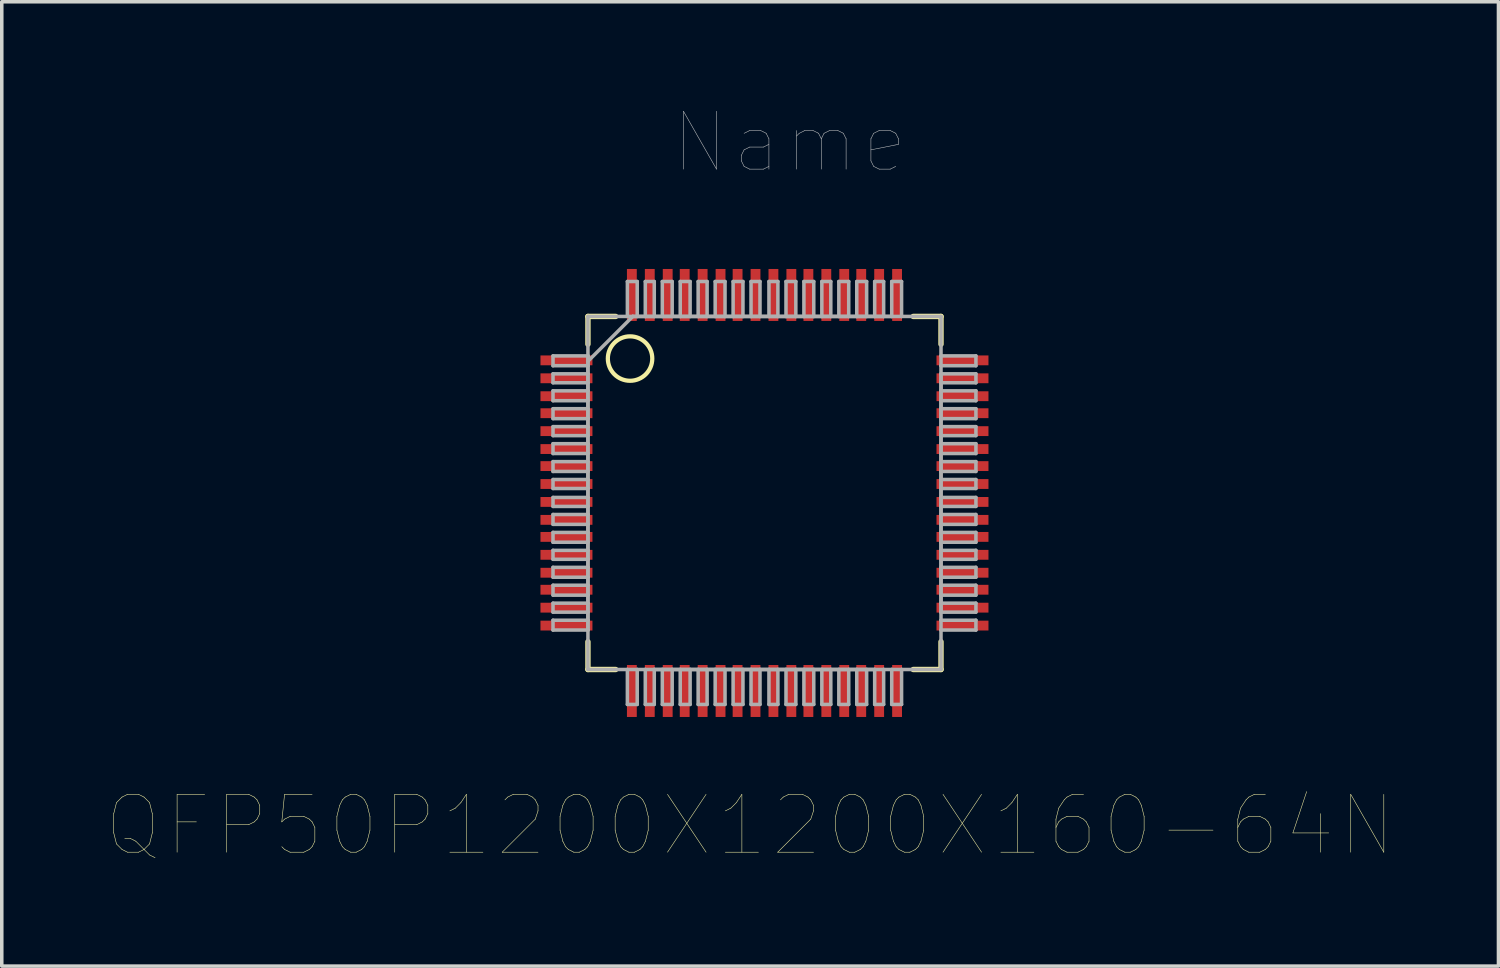
<source format=kicad_pcb>
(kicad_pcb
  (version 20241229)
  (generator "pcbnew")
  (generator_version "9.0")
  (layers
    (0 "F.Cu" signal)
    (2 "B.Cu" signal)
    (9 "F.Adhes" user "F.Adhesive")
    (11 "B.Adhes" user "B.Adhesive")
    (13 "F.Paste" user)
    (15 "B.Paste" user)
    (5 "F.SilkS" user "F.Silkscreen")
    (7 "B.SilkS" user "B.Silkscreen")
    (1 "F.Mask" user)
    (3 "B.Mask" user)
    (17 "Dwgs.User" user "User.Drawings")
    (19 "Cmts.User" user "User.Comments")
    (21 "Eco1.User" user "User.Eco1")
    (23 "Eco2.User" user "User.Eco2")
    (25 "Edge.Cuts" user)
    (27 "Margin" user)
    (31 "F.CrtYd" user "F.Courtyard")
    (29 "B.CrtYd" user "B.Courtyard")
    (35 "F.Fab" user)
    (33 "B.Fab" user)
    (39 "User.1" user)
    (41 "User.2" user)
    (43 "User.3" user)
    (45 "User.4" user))
  (footprint "QFP50P1200X1200X160-64N"
    (layer "F.Cu")
    (at 18.62 10.924)
    (property "Reference" "QFP50P1200X1200X160-64N" (at -0.406 9.425 0) (layer "F.SilkS") (effects (font (size 1.64 1.64) (thickness 0.015))))
    (attr through_hole)
    (fp_line (start -5.004 -5.004) (end -5.004 -4.216) (stroke (width 0.152) (type solid)) (layer "F.SilkS"))
    (fp_line (start -5.004 4.216) (end -5.004 5.004) (stroke (width 0.152) (type solid)) (layer "F.SilkS"))
    (fp_line (start -5.004 5.004) (end -4.216 5.004) (stroke (width 0.152) (type solid)) (layer "F.SilkS"))
    (fp_line (start -4.216 -5.004) (end -5.004 -5.004) (stroke (width 0.152) (type solid)) (layer "F.SilkS"))
    (fp_line (start 4.216 5.004) (end 5.004 5.004) (stroke (width 0.152) (type solid)) (layer "F.SilkS"))
    (fp_line (start 5.004 -5.004) (end 4.216 -5.004) (stroke (width 0.152) (type solid)) (layer "F.SilkS"))
    (fp_line (start 5.004 -4.216) (end 5.004 -5.004) (stroke (width 0.152) (type solid)) (layer "F.SilkS"))
    (fp_line (start 5.004 5.004) (end 5.004 4.216) (stroke (width 0.152) (type solid)) (layer "F.SilkS"))
    (fp_circle (center -3.81 -3.81) (end -3.38 -3.35) (stroke (width 0.12) (type solid)) (fill no) (layer "F.SilkS"))
    (fp_line (start -5.994 -3.886) (end -5.994 -3.607) (stroke (width 0.1) (type solid)) (layer "F.Fab"))
    (fp_line (start -5.994 -3.607) (end -5.004 -3.607) (stroke (width 0.1) (type solid)) (layer "F.Fab"))
    (fp_line (start -5.994 -3.378) (end -5.994 -3.124) (stroke (width 0.1) (type solid)) (layer "F.Fab"))
    (fp_line (start -5.994 -3.124) (end -5.004 -3.124) (stroke (width 0.1) (type solid)) (layer "F.Fab"))
    (fp_line (start -5.994 -2.896) (end -5.994 -2.616) (stroke (width 0.1) (type solid)) (layer "F.Fab"))
    (fp_line (start -5.994 -2.616) (end -5.004 -2.616) (stroke (width 0.1) (type solid)) (layer "F.Fab"))
    (fp_line (start -5.994 -2.388) (end -5.994 -2.108) (stroke (width 0.1) (type solid)) (layer "F.Fab"))
    (fp_line (start -5.994 -2.108) (end -5.004 -2.108) (stroke (width 0.1) (type solid)) (layer "F.Fab"))
    (fp_line (start -5.994 -1.88) (end -5.994 -1.626) (stroke (width 0.1) (type solid)) (layer "F.Fab"))
    (fp_line (start -5.994 -1.626) (end -5.004 -1.626) (stroke (width 0.1) (type solid)) (layer "F.Fab"))
    (fp_line (start -5.994 -1.397) (end -5.994 -1.118) (stroke (width 0.1) (type solid)) (layer "F.Fab"))
    (fp_line (start -5.994 -1.118) (end -5.004 -1.118) (stroke (width 0.1) (type solid)) (layer "F.Fab"))
    (fp_line (start -5.994 -0.889) (end -5.994 -0.61) (stroke (width 0.1) (type solid)) (layer "F.Fab"))
    (fp_line (start -5.994 -0.61) (end -5.004 -0.61) (stroke (width 0.1) (type solid)) (layer "F.Fab"))
    (fp_line (start -5.994 -0.381) (end -5.994 -0.127) (stroke (width 0.1) (type solid)) (layer "F.Fab"))
    (fp_line (start -5.994 -0.127) (end -5.004 -0.127) (stroke (width 0.1) (type solid)) (layer "F.Fab"))
    (fp_line (start -5.994 0.127) (end -5.994 0.381) (stroke (width 0.1) (type solid)) (layer "F.Fab"))
    (fp_line (start -5.994 0.381) (end -5.004 0.381) (stroke (width 0.1) (type solid)) (layer "F.Fab"))
    (fp_line (start -5.994 0.61) (end -5.994 0.889) (stroke (width 0.1) (type solid)) (layer "F.Fab"))
    (fp_line (start -5.994 0.889) (end -5.004 0.889) (stroke (width 0.1) (type solid)) (layer "F.Fab"))
    (fp_line (start -5.994 1.118) (end -5.994 1.397) (stroke (width 0.1) (type solid)) (layer "F.Fab"))
    (fp_line (start -5.994 1.397) (end -5.004 1.397) (stroke (width 0.1) (type solid)) (layer "F.Fab"))
    (fp_line (start -5.994 1.626) (end -5.994 1.88) (stroke (width 0.1) (type solid)) (layer "F.Fab"))
    (fp_line (start -5.994 1.88) (end -5.004 1.88) (stroke (width 0.1) (type solid)) (layer "F.Fab"))
    (fp_line (start -5.994 2.108) (end -5.994 2.388) (stroke (width 0.1) (type solid)) (layer "F.Fab"))
    (fp_line (start -5.994 2.388) (end -5.004 2.388) (stroke (width 0.1) (type solid)) (layer "F.Fab"))
    (fp_line (start -5.994 2.616) (end -5.994 2.896) (stroke (width 0.1) (type solid)) (layer "F.Fab"))
    (fp_line (start -5.994 2.896) (end -5.004 2.896) (stroke (width 0.1) (type solid)) (layer "F.Fab"))
    (fp_line (start -5.994 3.124) (end -5.994 3.378) (stroke (width 0.1) (type solid)) (layer "F.Fab"))
    (fp_line (start -5.994 3.378) (end -5.004 3.378) (stroke (width 0.1) (type solid)) (layer "F.Fab"))
    (fp_line (start -5.994 3.607) (end -5.994 3.886) (stroke (width 0.1) (type solid)) (layer "F.Fab"))
    (fp_line (start -5.994 3.886) (end -5.004 3.886) (stroke (width 0.1) (type solid)) (layer "F.Fab"))
    (fp_line (start -5.004 -5.004) (end -5.004 -3.886) (stroke (width 0.1) (type solid)) (layer "F.Fab"))
    (fp_line (start -5.004 -3.886) (end -5.994 -3.886) (stroke (width 0.1) (type solid)) (layer "F.Fab"))
    (fp_line (start -5.004 -3.886) (end -5.004 3.886) (stroke (width 0.1) (type solid)) (layer "F.Fab"))
    (fp_line (start -5.004 -3.734) (end -5.004 -3.886) (stroke (width 0.1) (type solid)) (layer "F.Fab"))
    (fp_line (start -5.004 -3.734) (end -3.734 -5.004) (stroke (width 0.1) (type solid)) (layer "F.Fab"))
    (fp_line (start -5.004 -3.607) (end -5.004 -3.734) (stroke (width 0.1) (type solid)) (layer "F.Fab"))
    (fp_line (start -5.004 -3.607) (end -5.004 -3.378) (stroke (width 0.1) (type solid)) (layer "F.Fab"))
    (fp_line (start -5.004 -3.378) (end -5.994 -3.378) (stroke (width 0.1) (type solid)) (layer "F.Fab"))
    (fp_line (start -5.004 -3.124) (end -5.004 -3.378) (stroke (width 0.1) (type solid)) (layer "F.Fab"))
    (fp_line (start -5.004 -3.124) (end -5.004 -2.896) (stroke (width 0.1) (type solid)) (layer "F.Fab"))
    (fp_line (start -5.004 -2.896) (end -5.994 -2.896) (stroke (width 0.1) (type solid)) (layer "F.Fab"))
    (fp_line (start -5.004 -2.616) (end -5.004 -2.896) (stroke (width 0.1) (type solid)) (layer "F.Fab"))
    (fp_line (start -5.004 -2.616) (end -5.004 -2.388) (stroke (width 0.1) (type solid)) (layer "F.Fab"))
    (fp_line (start -5.004 -2.388) (end -5.994 -2.388) (stroke (width 0.1) (type solid)) (layer "F.Fab"))
    (fp_line (start -5.004 -2.108) (end -5.004 -2.388) (stroke (width 0.1) (type solid)) (layer "F.Fab"))
    (fp_line (start -5.004 -2.108) (end -5.004 -1.88) (stroke (width 0.1) (type solid)) (layer "F.Fab"))
    (fp_line (start -5.004 -1.88) (end -5.994 -1.88) (stroke (width 0.1) (type solid)) (layer "F.Fab"))
    (fp_line (start -5.004 -1.626) (end -5.004 -1.88) (stroke (width 0.1) (type solid)) (layer "F.Fab"))
    (fp_line (start -5.004 -1.626) (end -5.004 -1.397) (stroke (width 0.1) (type solid)) (layer "F.Fab"))
    (fp_line (start -5.004 -1.397) (end -5.994 -1.397) (stroke (width 0.1) (type solid)) (layer "F.Fab"))
    (fp_line (start -5.004 -1.118) (end -5.004 -1.397) (stroke (width 0.1) (type solid)) (layer "F.Fab"))
    (fp_line (start -5.004 -1.118) (end -5.004 -0.889) (stroke (width 0.1) (type solid)) (layer "F.Fab"))
    (fp_line (start -5.004 -0.889) (end -5.994 -0.889) (stroke (width 0.1) (type solid)) (layer "F.Fab"))
    (fp_line (start -5.004 -0.61) (end -5.004 -0.889) (stroke (width 0.1) (type solid)) (layer "F.Fab"))
    (fp_line (start -5.004 -0.61) (end -5.004 -0.381) (stroke (width 0.1) (type solid)) (layer "F.Fab"))
    (fp_line (start -5.004 -0.381) (end -5.994 -0.381) (stroke (width 0.1) (type solid)) (layer "F.Fab"))
    (fp_line (start -5.004 -0.127) (end -5.004 -0.381) (stroke (width 0.1) (type solid)) (layer "F.Fab"))
    (fp_line (start -5.004 -0.127) (end -5.004 0.127) (stroke (width 0.1) (type solid)) (layer "F.Fab"))
    (fp_line (start -5.004 0.127) (end -5.994 0.127) (stroke (width 0.1) (type solid)) (layer "F.Fab"))
    (fp_line (start -5.004 0.381) (end -5.004 0.127) (stroke (width 0.1) (type solid)) (layer "F.Fab"))
    (fp_line (start -5.004 0.381) (end -5.004 0.61) (stroke (width 0.1) (type solid)) (layer "F.Fab"))
    (fp_line (start -5.004 0.61) (end -5.994 0.61) (stroke (width 0.1) (type solid)) (layer "F.Fab"))
    (fp_line (start -5.004 0.889) (end -5.004 0.61) (stroke (width 0.1) (type solid)) (layer "F.Fab"))
    (fp_line (start -5.004 0.889) (end -5.004 1.118) (stroke (width 0.1) (type solid)) (layer "F.Fab"))
    (fp_line (start -5.004 1.118) (end -5.994 1.118) (stroke (width 0.1) (type solid)) (layer "F.Fab"))
    (fp_line (start -5.004 1.397) (end -5.004 1.118) (stroke (width 0.1) (type solid)) (layer "F.Fab"))
    (fp_line (start -5.004 1.397) (end -5.004 1.626) (stroke (width 0.1) (type solid)) (layer "F.Fab"))
    (fp_line (start -5.004 1.626) (end -5.994 1.626) (stroke (width 0.1) (type solid)) (layer "F.Fab"))
    (fp_line (start -5.004 1.88) (end -5.004 1.626) (stroke (width 0.1) (type solid)) (layer "F.Fab"))
    (fp_line (start -5.004 1.88) (end -5.004 2.108) (stroke (width 0.1) (type solid)) (layer "F.Fab"))
    (fp_line (start -5.004 2.108) (end -5.994 2.108) (stroke (width 0.1) (type solid)) (layer "F.Fab"))
    (fp_line (start -5.004 2.388) (end -5.004 2.108) (stroke (width 0.1) (type solid)) (layer "F.Fab"))
    (fp_line (start -5.004 2.388) (end -5.004 2.616) (stroke (width 0.1) (type solid)) (layer "F.Fab"))
    (fp_line (start -5.004 2.616) (end -5.994 2.616) (stroke (width 0.1) (type solid)) (layer "F.Fab"))
    (fp_line (start -5.004 2.896) (end -5.004 2.616) (stroke (width 0.1) (type solid)) (layer "F.Fab"))
    (fp_line (start -5.004 2.896) (end -5.004 3.124) (stroke (width 0.1) (type solid)) (layer "F.Fab"))
    (fp_line (start -5.004 3.124) (end -5.994 3.124) (stroke (width 0.1) (type solid)) (layer "F.Fab"))
    (fp_line (start -5.004 3.378) (end -5.004 3.124) (stroke (width 0.1) (type solid)) (layer "F.Fab"))
    (fp_line (start -5.004 3.378) (end -5.004 3.607) (stroke (width 0.1) (type solid)) (layer "F.Fab"))
    (fp_line (start -5.004 3.607) (end -5.994 3.607) (stroke (width 0.1) (type solid)) (layer "F.Fab"))
    (fp_line (start -5.004 3.886) (end -5.004 3.607) (stroke (width 0.1) (type solid)) (layer "F.Fab"))
    (fp_line (start -5.004 3.886) (end -5.004 5.004) (stroke (width 0.1) (type solid)) (layer "F.Fab"))
    (fp_line (start -5.004 5.004) (end -3.886 5.004) (stroke (width 0.1) (type solid)) (layer "F.Fab"))
    (fp_line (start -3.886 -5.994) (end -3.886 -5.004) (stroke (width 0.1) (type solid)) (layer "F.Fab"))
    (fp_line (start -3.886 -5.004) (end -5.004 -5.004) (stroke (width 0.1) (type solid)) (layer "F.Fab"))
    (fp_line (start -3.886 -5.004) (end -3.734 -5.004) (stroke (width 0.1) (type solid)) (layer "F.Fab"))
    (fp_line (start -3.886 5.004) (end -3.886 5.994) (stroke (width 0.1) (type solid)) (layer "F.Fab"))
    (fp_line (start -3.886 5.994) (end -3.607 5.994) (stroke (width 0.1) (type solid)) (layer "F.Fab"))
    (fp_line (start -3.734 -5.004) (end -3.607 -5.004) (stroke (width 0.1) (type solid)) (layer "F.Fab"))
    (fp_line (start -3.607 -5.994) (end -3.886 -5.994) (stroke (width 0.1) (type solid)) (layer "F.Fab"))
    (fp_line (start -3.607 -5.004) (end -3.607 -5.994) (stroke (width 0.1) (type solid)) (layer "F.Fab"))
    (fp_line (start -3.607 5.004) (end -3.886 5.004) (stroke (width 0.1) (type solid)) (layer "F.Fab"))
    (fp_line (start -3.607 5.004) (end -3.378 5.004) (stroke (width 0.1) (type solid)) (layer "F.Fab"))
    (fp_line (start -3.607 5.994) (end -3.607 5.004) (stroke (width 0.1) (type solid)) (layer "F.Fab"))
    (fp_line (start -3.378 -5.994) (end -3.378 -5.004) (stroke (width 0.1) (type solid)) (layer "F.Fab"))
    (fp_line (start -3.378 -5.004) (end -3.607 -5.004) (stroke (width 0.1) (type solid)) (layer "F.Fab"))
    (fp_line (start -3.378 -5.004) (end -3.124 -5.004) (stroke (width 0.1) (type solid)) (layer "F.Fab"))
    (fp_line (start -3.378 5.004) (end -3.378 5.994) (stroke (width 0.1) (type solid)) (layer "F.Fab"))
    (fp_line (start -3.378 5.994) (end -3.124 5.994) (stroke (width 0.1) (type solid)) (layer "F.Fab"))
    (fp_line (start -3.124 -5.994) (end -3.378 -5.994) (stroke (width 0.1) (type solid)) (layer "F.Fab"))
    (fp_line (start -3.124 -5.004) (end -3.124 -5.994) (stroke (width 0.1) (type solid)) (layer "F.Fab"))
    (fp_line (start -3.124 5.004) (end -3.378 5.004) (stroke (width 0.1) (type solid)) (layer "F.Fab"))
    (fp_line (start -3.124 5.004) (end -2.896 5.004) (stroke (width 0.1) (type solid)) (layer "F.Fab"))
    (fp_line (start -3.124 5.004) (end 3.124 5.004) (stroke (width 0.1) (type solid)) (layer "F.Fab"))
    (fp_line (start -3.124 5.994) (end -3.124 5.004) (stroke (width 0.1) (type solid)) (layer "F.Fab"))
    (fp_line (start -2.896 -5.994) (end -2.896 -5.004) (stroke (width 0.1) (type solid)) (layer "F.Fab"))
    (fp_line (start -2.896 -5.004) (end -3.124 -5.004) (stroke (width 0.1) (type solid)) (layer "F.Fab"))
    (fp_line (start -2.896 -5.004) (end -2.616 -5.004) (stroke (width 0.1) (type solid)) (layer "F.Fab"))
    (fp_line (start -2.896 5.004) (end -2.896 5.994) (stroke (width 0.1) (type solid)) (layer "F.Fab"))
    (fp_line (start -2.896 5.994) (end -2.616 5.994) (stroke (width 0.1) (type solid)) (layer "F.Fab"))
    (fp_line (start -2.616 -5.994) (end -2.896 -5.994) (stroke (width 0.1) (type solid)) (layer "F.Fab"))
    (fp_line (start -2.616 -5.004) (end -2.616 -5.994) (stroke (width 0.1) (type solid)) (layer "F.Fab"))
    (fp_line (start -2.616 5.004) (end -2.896 5.004) (stroke (width 0.1) (type solid)) (layer "F.Fab"))
    (fp_line (start -2.616 5.004) (end -2.388 5.004) (stroke (width 0.1) (type solid)) (layer "F.Fab"))
    (fp_line (start -2.616 5.994) (end -2.616 5.004) (stroke (width 0.1) (type solid)) (layer "F.Fab"))
    (fp_line (start -2.388 -5.994) (end -2.388 -5.004) (stroke (width 0.1) (type solid)) (layer "F.Fab"))
    (fp_line (start -2.388 -5.004) (end -2.616 -5.004) (stroke (width 0.1) (type solid)) (layer "F.Fab"))
    (fp_line (start -2.388 -5.004) (end -2.108 -5.004) (stroke (width 0.1) (type solid)) (layer "F.Fab"))
    (fp_line (start -2.388 5.004) (end -2.388 5.994) (stroke (width 0.1) (type solid)) (layer "F.Fab"))
    (fp_line (start -2.388 5.994) (end -2.108 5.994) (stroke (width 0.1) (type solid)) (layer "F.Fab"))
    (fp_line (start -2.108 -5.994) (end -2.388 -5.994) (stroke (width 0.1) (type solid)) (layer "F.Fab"))
    (fp_line (start -2.108 -5.004) (end -2.108 -5.994) (stroke (width 0.1) (type solid)) (layer "F.Fab"))
    (fp_line (start -2.108 5.004) (end -2.388 5.004) (stroke (width 0.1) (type solid)) (layer "F.Fab"))
    (fp_line (start -2.108 5.004) (end -1.88 5.004) (stroke (width 0.1) (type solid)) (layer "F.Fab"))
    (fp_line (start -2.108 5.994) (end -2.108 5.004) (stroke (width 0.1) (type solid)) (layer "F.Fab"))
    (fp_line (start -1.88 -5.994) (end -1.88 -5.004) (stroke (width 0.1) (type solid)) (layer "F.Fab"))
    (fp_line (start -1.88 -5.004) (end -2.108 -5.004) (stroke (width 0.1) (type solid)) (layer "F.Fab"))
    (fp_line (start -1.88 -5.004) (end -1.626 -5.004) (stroke (width 0.1) (type solid)) (layer "F.Fab"))
    (fp_line (start -1.88 5.004) (end -1.88 5.994) (stroke (width 0.1) (type solid)) (layer "F.Fab"))
    (fp_line (start -1.88 5.994) (end -1.626 5.994) (stroke (width 0.1) (type solid)) (layer "F.Fab"))
    (fp_line (start -1.626 -5.994) (end -1.88 -5.994) (stroke (width 0.1) (type solid)) (layer "F.Fab"))
    (fp_line (start -1.626 -5.004) (end -1.626 -5.994) (stroke (width 0.1) (type solid)) (layer "F.Fab"))
    (fp_line (start -1.626 5.004) (end -1.88 5.004) (stroke (width 0.1) (type solid)) (layer "F.Fab"))
    (fp_line (start -1.626 5.004) (end -1.397 5.004) (stroke (width 0.1) (type solid)) (layer "F.Fab"))
    (fp_line (start -1.626 5.994) (end -1.626 5.004) (stroke (width 0.1) (type solid)) (layer "F.Fab"))
    (fp_line (start -1.397 -5.994) (end -1.397 -5.004) (stroke (width 0.1) (type solid)) (layer "F.Fab"))
    (fp_line (start -1.397 -5.004) (end -1.626 -5.004) (stroke (width 0.1) (type solid)) (layer "F.Fab"))
    (fp_line (start -1.397 -5.004) (end -1.118 -5.004) (stroke (width 0.1) (type solid)) (layer "F.Fab"))
    (fp_line (start -1.397 5.004) (end -1.397 5.994) (stroke (width 0.1) (type solid)) (layer "F.Fab"))
    (fp_line (start -1.397 5.994) (end -1.118 5.994) (stroke (width 0.1) (type solid)) (layer "F.Fab"))
    (fp_line (start -1.118 -5.994) (end -1.397 -5.994) (stroke (width 0.1) (type solid)) (layer "F.Fab"))
    (fp_line (start -1.118 -5.004) (end -1.118 -5.994) (stroke (width 0.1) (type solid)) (layer "F.Fab"))
    (fp_line (start -1.118 5.004) (end -1.397 5.004) (stroke (width 0.1) (type solid)) (layer "F.Fab"))
    (fp_line (start -1.118 5.004) (end -0.889 5.004) (stroke (width 0.1) (type solid)) (layer "F.Fab"))
    (fp_line (start -1.118 5.994) (end -1.118 5.004) (stroke (width 0.1) (type solid)) (layer "F.Fab"))
    (fp_line (start -0.889 -5.994) (end -0.889 -5.004) (stroke (width 0.1) (type solid)) (layer "F.Fab"))
    (fp_line (start -0.889 -5.004) (end -1.118 -5.004) (stroke (width 0.1) (type solid)) (layer "F.Fab"))
    (fp_line (start -0.889 -5.004) (end -0.61 -5.004) (stroke (width 0.1) (type solid)) (layer "F.Fab"))
    (fp_line (start -0.889 5.004) (end -0.889 5.994) (stroke (width 0.1) (type solid)) (layer "F.Fab"))
    (fp_line (start -0.889 5.994) (end -0.61 5.994) (stroke (width 0.1) (type solid)) (layer "F.Fab"))
    (fp_line (start -0.61 -5.994) (end -0.889 -5.994) (stroke (width 0.1) (type solid)) (layer "F.Fab"))
    (fp_line (start -0.61 -5.004) (end -0.61 -5.994) (stroke (width 0.1) (type solid)) (layer "F.Fab"))
    (fp_line (start -0.61 5.004) (end -0.889 5.004) (stroke (width 0.1) (type solid)) (layer "F.Fab"))
    (fp_line (start -0.61 5.004) (end -0.381 5.004) (stroke (width 0.1) (type solid)) (layer "F.Fab"))
    (fp_line (start -0.61 5.994) (end -0.61 5.004) (stroke (width 0.1) (type solid)) (layer "F.Fab"))
    (fp_line (start -0.381 -5.994) (end -0.381 -5.004) (stroke (width 0.1) (type solid)) (layer "F.Fab"))
    (fp_line (start -0.381 -5.004) (end -0.61 -5.004) (stroke (width 0.1) (type solid)) (layer "F.Fab"))
    (fp_line (start -0.381 -5.004) (end -0.127 -5.004) (stroke (width 0.1) (type solid)) (layer "F.Fab"))
    (fp_line (start -0.381 5.004) (end -0.381 5.994) (stroke (width 0.1) (type solid)) (layer "F.Fab"))
    (fp_line (start -0.381 5.994) (end -0.127 5.994) (stroke (width 0.1) (type solid)) (layer "F.Fab"))
    (fp_line (start -0.127 -5.994) (end -0.381 -5.994) (stroke (width 0.1) (type solid)) (layer "F.Fab"))
    (fp_line (start -0.127 -5.004) (end -0.127 -5.994) (stroke (width 0.1) (type solid)) (layer "F.Fab"))
    (fp_line (start -0.127 5.004) (end -0.381 5.004) (stroke (width 0.1) (type solid)) (layer "F.Fab"))
    (fp_line (start -0.127 5.004) (end 0.127 5.004) (stroke (width 0.1) (type solid)) (layer "F.Fab"))
    (fp_line (start -0.127 5.994) (end -0.127 5.004) (stroke (width 0.1) (type solid)) (layer "F.Fab"))
    (fp_line (start 0.127 -5.994) (end 0.127 -5.004) (stroke (width 0.1) (type solid)) (layer "F.Fab"))
    (fp_line (start 0.127 -5.004) (end -0.127 -5.004) (stroke (width 0.1) (type solid)) (layer "F.Fab"))
    (fp_line (start 0.127 -5.004) (end 0.381 -5.004) (stroke (width 0.1) (type solid)) (layer "F.Fab"))
    (fp_line (start 0.127 5.004) (end 0.127 5.994) (stroke (width 0.1) (type solid)) (layer "F.Fab"))
    (fp_line (start 0.127 5.994) (end 0.381 5.994) (stroke (width 0.1) (type solid)) (layer "F.Fab"))
    (fp_line (start 0.381 -5.994) (end 0.127 -5.994) (stroke (width 0.1) (type solid)) (layer "F.Fab"))
    (fp_line (start 0.381 -5.004) (end 0.381 -5.994) (stroke (width 0.1) (type solid)) (layer "F.Fab"))
    (fp_line (start 0.381 5.004) (end 0.127 5.004) (stroke (width 0.1) (type solid)) (layer "F.Fab"))
    (fp_line (start 0.381 5.004) (end 0.61 5.004) (stroke (width 0.1) (type solid)) (layer "F.Fab"))
    (fp_line (start 0.381 5.994) (end 0.381 5.004) (stroke (width 0.1) (type solid)) (layer "F.Fab"))
    (fp_line (start 0.61 -5.994) (end 0.61 -5.004) (stroke (width 0.1) (type solid)) (layer "F.Fab"))
    (fp_line (start 0.61 -5.004) (end 0.381 -5.004) (stroke (width 0.1) (type solid)) (layer "F.Fab"))
    (fp_line (start 0.61 -5.004) (end 0.889 -5.004) (stroke (width 0.1) (type solid)) (layer "F.Fab"))
    (fp_line (start 0.61 5.004) (end 0.61 5.994) (stroke (width 0.1) (type solid)) (layer "F.Fab"))
    (fp_line (start 0.61 5.994) (end 0.889 5.994) (stroke (width 0.1) (type solid)) (layer "F.Fab"))
    (fp_line (start 0.889 -5.994) (end 0.61 -5.994) (stroke (width 0.1) (type solid)) (layer "F.Fab"))
    (fp_line (start 0.889 -5.004) (end 0.889 -5.994) (stroke (width 0.1) (type solid)) (layer "F.Fab"))
    (fp_line (start 0.889 5.004) (end 0.61 5.004) (stroke (width 0.1) (type solid)) (layer "F.Fab"))
    (fp_line (start 0.889 5.004) (end 1.118 5.004) (stroke (width 0.1) (type solid)) (layer "F.Fab"))
    (fp_line (start 0.889 5.994) (end 0.889 5.004) (stroke (width 0.1) (type solid)) (layer "F.Fab"))
    (fp_line (start 1.118 -5.994) (end 1.118 -5.004) (stroke (width 0.1) (type solid)) (layer "F.Fab"))
    (fp_line (start 1.118 -5.004) (end 0.889 -5.004) (stroke (width 0.1) (type solid)) (layer "F.Fab"))
    (fp_line (start 1.118 -5.004) (end 1.397 -5.004) (stroke (width 0.1) (type solid)) (layer "F.Fab"))
    (fp_line (start 1.118 5.004) (end 1.118 5.994) (stroke (width 0.1) (type solid)) (layer "F.Fab"))
    (fp_line (start 1.118 5.994) (end 1.397 5.994) (stroke (width 0.1) (type solid)) (layer "F.Fab"))
    (fp_line (start 1.397 -5.994) (end 1.118 -5.994) (stroke (width 0.1) (type solid)) (layer "F.Fab"))
    (fp_line (start 1.397 -5.004) (end 1.397 -5.994) (stroke (width 0.1) (type solid)) (layer "F.Fab"))
    (fp_line (start 1.397 5.004) (end 1.118 5.004) (stroke (width 0.1) (type solid)) (layer "F.Fab"))
    (fp_line (start 1.397 5.004) (end 1.626 5.004) (stroke (width 0.1) (type solid)) (layer "F.Fab"))
    (fp_line (start 1.397 5.994) (end 1.397 5.004) (stroke (width 0.1) (type solid)) (layer "F.Fab"))
    (fp_line (start 1.626 -5.994) (end 1.626 -5.004) (stroke (width 0.1) (type solid)) (layer "F.Fab"))
    (fp_line (start 1.626 -5.004) (end 1.397 -5.004) (stroke (width 0.1) (type solid)) (layer "F.Fab"))
    (fp_line (start 1.626 -5.004) (end 1.88 -5.004) (stroke (width 0.1) (type solid)) (layer "F.Fab"))
    (fp_line (start 1.626 5.004) (end 1.626 5.994) (stroke (width 0.1) (type solid)) (layer "F.Fab"))
    (fp_line (start 1.626 5.994) (end 1.88 5.994) (stroke (width 0.1) (type solid)) (layer "F.Fab"))
    (fp_line (start 1.88 -5.994) (end 1.626 -5.994) (stroke (width 0.1) (type solid)) (layer "F.Fab"))
    (fp_line (start 1.88 -5.004) (end 1.88 -5.994) (stroke (width 0.1) (type solid)) (layer "F.Fab"))
    (fp_line (start 1.88 5.004) (end 1.626 5.004) (stroke (width 0.1) (type solid)) (layer "F.Fab"))
    (fp_line (start 1.88 5.004) (end 2.108 5.004) (stroke (width 0.1) (type solid)) (layer "F.Fab"))
    (fp_line (start 1.88 5.994) (end 1.88 5.004) (stroke (width 0.1) (type solid)) (layer "F.Fab"))
    (fp_line (start 2.108 -5.994) (end 2.108 -5.004) (stroke (width 0.1) (type solid)) (layer "F.Fab"))
    (fp_line (start 2.108 -5.004) (end 1.88 -5.004) (stroke (width 0.1) (type solid)) (layer "F.Fab"))
    (fp_line (start 2.108 -5.004) (end 2.388 -5.004) (stroke (width 0.1) (type solid)) (layer "F.Fab"))
    (fp_line (start 2.108 5.004) (end 2.108 5.994) (stroke (width 0.1) (type solid)) (layer "F.Fab"))
    (fp_line (start 2.108 5.994) (end 2.388 5.994) (stroke (width 0.1) (type solid)) (layer "F.Fab"))
    (fp_line (start 2.388 -5.994) (end 2.108 -5.994) (stroke (width 0.1) (type solid)) (layer "F.Fab"))
    (fp_line (start 2.388 -5.004) (end 2.388 -5.994) (stroke (width 0.1) (type solid)) (layer "F.Fab"))
    (fp_line (start 2.388 5.004) (end 2.108 5.004) (stroke (width 0.1) (type solid)) (layer "F.Fab"))
    (fp_line (start 2.388 5.004) (end 2.616 5.004) (stroke (width 0.1) (type solid)) (layer "F.Fab"))
    (fp_line (start 2.388 5.994) (end 2.388 5.004) (stroke (width 0.1) (type solid)) (layer "F.Fab"))
    (fp_line (start 2.616 -5.994) (end 2.616 -5.004) (stroke (width 0.1) (type solid)) (layer "F.Fab"))
    (fp_line (start 2.616 -5.004) (end 2.388 -5.004) (stroke (width 0.1) (type solid)) (layer "F.Fab"))
    (fp_line (start 2.616 -5.004) (end 2.896 -5.004) (stroke (width 0.1) (type solid)) (layer "F.Fab"))
    (fp_line (start 2.616 5.004) (end 2.616 5.994) (stroke (width 0.1) (type solid)) (layer "F.Fab"))
    (fp_line (start 2.616 5.994) (end 2.896 5.994) (stroke (width 0.1) (type solid)) (layer "F.Fab"))
    (fp_line (start 2.896 -5.994) (end 2.616 -5.994) (stroke (width 0.1) (type solid)) (layer "F.Fab"))
    (fp_line (start 2.896 -5.004) (end 2.896 -5.994) (stroke (width 0.1) (type solid)) (layer "F.Fab"))
    (fp_line (start 2.896 5.004) (end 2.616 5.004) (stroke (width 0.1) (type solid)) (layer "F.Fab"))
    (fp_line (start 2.896 5.004) (end 3.124 5.004) (stroke (width 0.1) (type solid)) (layer "F.Fab"))
    (fp_line (start 2.896 5.994) (end 2.896 5.004) (stroke (width 0.1) (type solid)) (layer "F.Fab"))
    (fp_line (start 3.124 -5.994) (end 3.124 -5.004) (stroke (width 0.1) (type solid)) (layer "F.Fab"))
    (fp_line (start 3.124 -5.004) (end 2.896 -5.004) (stroke (width 0.1) (type solid)) (layer "F.Fab"))
    (fp_line (start 3.124 -5.004) (end 3.378 -5.004) (stroke (width 0.1) (type solid)) (layer "F.Fab"))
    (fp_line (start 3.124 5.004) (end 3.124 5.994) (stroke (width 0.1) (type solid)) (layer "F.Fab"))
    (fp_line (start 3.124 5.994) (end 3.378 5.994) (stroke (width 0.1) (type solid)) (layer "F.Fab"))
    (fp_line (start 3.378 -5.994) (end 3.124 -5.994) (stroke (width 0.1) (type solid)) (layer "F.Fab"))
    (fp_line (start 3.378 -5.004) (end 3.378 -5.994) (stroke (width 0.1) (type solid)) (layer "F.Fab"))
    (fp_line (start 3.378 5.004) (end 3.124 5.004) (stroke (width 0.1) (type solid)) (layer "F.Fab"))
    (fp_line (start 3.378 5.004) (end 3.607 5.004) (stroke (width 0.1) (type solid)) (layer "F.Fab"))
    (fp_line (start 3.378 5.994) (end 3.378 5.004) (stroke (width 0.1) (type solid)) (layer "F.Fab"))
    (fp_line (start 3.607 -5.994) (end 3.607 -5.004) (stroke (width 0.1) (type solid)) (layer "F.Fab"))
    (fp_line (start 3.607 -5.004) (end -3.734 -5.004) (stroke (width 0.1) (type solid)) (layer "F.Fab"))
    (fp_line (start 3.607 -5.004) (end 3.378 -5.004) (stroke (width 0.1) (type solid)) (layer "F.Fab"))
    (fp_line (start 3.607 -5.004) (end 3.886 -5.004) (stroke (width 0.1) (type solid)) (layer "F.Fab"))
    (fp_line (start 3.607 5.004) (end 3.607 5.994) (stroke (width 0.1) (type solid)) (layer "F.Fab"))
    (fp_line (start 3.607 5.994) (end 3.886 5.994) (stroke (width 0.1) (type solid)) (layer "F.Fab"))
    (fp_line (start 3.886 -5.994) (end 3.607 -5.994) (stroke (width 0.1) (type solid)) (layer "F.Fab"))
    (fp_line (start 3.886 -5.004) (end 3.886 -5.994) (stroke (width 0.1) (type solid)) (layer "F.Fab"))
    (fp_line (start 3.886 5.004) (end 3.607 5.004) (stroke (width 0.1) (type solid)) (layer "F.Fab"))
    (fp_line (start 3.886 5.004) (end 5.004 5.004) (stroke (width 0.1) (type solid)) (layer "F.Fab"))
    (fp_line (start 3.886 5.994) (end 3.886 5.004) (stroke (width 0.1) (type solid)) (layer "F.Fab"))
    (fp_line (start 5.004 -5.004) (end 3.886 -5.004) (stroke (width 0.1) (type solid)) (layer "F.Fab"))
    (fp_line (start 5.004 -3.886) (end 5.004 -5.004) (stroke (width 0.1) (type solid)) (layer "F.Fab"))
    (fp_line (start 5.004 -3.886) (end 5.004 -3.607) (stroke (width 0.1) (type solid)) (layer "F.Fab"))
    (fp_line (start 5.004 -3.607) (end 5.994 -3.607) (stroke (width 0.1) (type solid)) (layer "F.Fab"))
    (fp_line (start 5.004 -3.378) (end 5.004 -3.607) (stroke (width 0.1) (type solid)) (layer "F.Fab"))
    (fp_line (start 5.004 -3.378) (end 5.004 -3.124) (stroke (width 0.1) (type solid)) (layer "F.Fab"))
    (fp_line (start 5.004 -3.124) (end 5.994 -3.124) (stroke (width 0.1) (type solid)) (layer "F.Fab"))
    (fp_line (start 5.004 -2.896) (end 5.004 -3.124) (stroke (width 0.1) (type solid)) (layer "F.Fab"))
    (fp_line (start 5.004 -2.896) (end 5.004 -2.616) (stroke (width 0.1) (type solid)) (layer "F.Fab"))
    (fp_line (start 5.004 -2.616) (end 5.994 -2.616) (stroke (width 0.1) (type solid)) (layer "F.Fab"))
    (fp_line (start 5.004 -2.388) (end 5.004 -2.616) (stroke (width 0.1) (type solid)) (layer "F.Fab"))
    (fp_line (start 5.004 -2.388) (end 5.004 -2.108) (stroke (width 0.1) (type solid)) (layer "F.Fab"))
    (fp_line (start 5.004 -2.108) (end 5.994 -2.108) (stroke (width 0.1) (type solid)) (layer "F.Fab"))
    (fp_line (start 5.004 -1.88) (end 5.004 -2.108) (stroke (width 0.1) (type solid)) (layer "F.Fab"))
    (fp_line (start 5.004 -1.88) (end 5.004 -1.626) (stroke (width 0.1) (type solid)) (layer "F.Fab"))
    (fp_line (start 5.004 -1.626) (end 5.994 -1.626) (stroke (width 0.1) (type solid)) (layer "F.Fab"))
    (fp_line (start 5.004 -1.397) (end 5.004 -1.626) (stroke (width 0.1) (type solid)) (layer "F.Fab"))
    (fp_line (start 5.004 -1.397) (end 5.004 -1.118) (stroke (width 0.1) (type solid)) (layer "F.Fab"))
    (fp_line (start 5.004 -1.118) (end 5.994 -1.118) (stroke (width 0.1) (type solid)) (layer "F.Fab"))
    (fp_line (start 5.004 -0.889) (end 5.004 -1.118) (stroke (width 0.1) (type solid)) (layer "F.Fab"))
    (fp_line (start 5.004 -0.889) (end 5.004 -0.61) (stroke (width 0.1) (type solid)) (layer "F.Fab"))
    (fp_line (start 5.004 -0.61) (end 5.994 -0.61) (stroke (width 0.1) (type solid)) (layer "F.Fab"))
    (fp_line (start 5.004 -0.381) (end 5.004 -0.61) (stroke (width 0.1) (type solid)) (layer "F.Fab"))
    (fp_line (start 5.004 -0.381) (end 5.004 -0.127) (stroke (width 0.1) (type solid)) (layer "F.Fab"))
    (fp_line (start 5.004 -0.127) (end 5.994 -0.127) (stroke (width 0.1) (type solid)) (layer "F.Fab"))
    (fp_line (start 5.004 0.127) (end 5.004 -0.127) (stroke (width 0.1) (type solid)) (layer "F.Fab"))
    (fp_line (start 5.004 0.127) (end 5.004 0.381) (stroke (width 0.1) (type solid)) (layer "F.Fab"))
    (fp_line (start 5.004 0.381) (end 5.994 0.381) (stroke (width 0.1) (type solid)) (layer "F.Fab"))
    (fp_line (start 5.004 0.61) (end 5.004 0.381) (stroke (width 0.1) (type solid)) (layer "F.Fab"))
    (fp_line (start 5.004 0.61) (end 5.004 0.889) (stroke (width 0.1) (type solid)) (layer "F.Fab"))
    (fp_line (start 5.004 0.889) (end 5.994 0.889) (stroke (width 0.1) (type solid)) (layer "F.Fab"))
    (fp_line (start 5.004 1.118) (end 5.004 0.889) (stroke (width 0.1) (type solid)) (layer "F.Fab"))
    (fp_line (start 5.004 1.118) (end 5.004 1.397) (stroke (width 0.1) (type solid)) (layer "F.Fab"))
    (fp_line (start 5.004 1.397) (end 5.994 1.397) (stroke (width 0.1) (type solid)) (layer "F.Fab"))
    (fp_line (start 5.004 1.626) (end 5.004 1.397) (stroke (width 0.1) (type solid)) (layer "F.Fab"))
    (fp_line (start 5.004 1.626) (end 5.004 1.88) (stroke (width 0.1) (type solid)) (layer "F.Fab"))
    (fp_line (start 5.004 1.88) (end 5.994 1.88) (stroke (width 0.1) (type solid)) (layer "F.Fab"))
    (fp_line (start 5.004 2.108) (end 5.004 1.88) (stroke (width 0.1) (type solid)) (layer "F.Fab"))
    (fp_line (start 5.004 2.108) (end 5.004 2.388) (stroke (width 0.1) (type solid)) (layer "F.Fab"))
    (fp_line (start 5.004 2.388) (end 5.994 2.388) (stroke (width 0.1) (type solid)) (layer "F.Fab"))
    (fp_line (start 5.004 2.616) (end 5.004 2.388) (stroke (width 0.1) (type solid)) (layer "F.Fab"))
    (fp_line (start 5.004 2.616) (end 5.004 2.896) (stroke (width 0.1) (type solid)) (layer "F.Fab"))
    (fp_line (start 5.004 2.896) (end 5.994 2.896) (stroke (width 0.1) (type solid)) (layer "F.Fab"))
    (fp_line (start 5.004 3.124) (end 5.004 2.896) (stroke (width 0.1) (type solid)) (layer "F.Fab"))
    (fp_line (start 5.004 3.124) (end 5.004 3.378) (stroke (width 0.1) (type solid)) (layer "F.Fab"))
    (fp_line (start 5.004 3.378) (end 5.004 -3.378) (stroke (width 0.1) (type solid)) (layer "F.Fab"))
    (fp_line (start 5.004 3.378) (end 5.994 3.378) (stroke (width 0.1) (type solid)) (layer "F.Fab"))
    (fp_line (start 5.004 3.607) (end 5.004 3.378) (stroke (width 0.1) (type solid)) (layer "F.Fab"))
    (fp_line (start 5.004 3.607) (end 5.004 3.886) (stroke (width 0.1) (type solid)) (layer "F.Fab"))
    (fp_line (start 5.004 3.886) (end 5.994 3.886) (stroke (width 0.1) (type solid)) (layer "F.Fab"))
    (fp_line (start 5.004 5.004) (end 5.004 3.886) (stroke (width 0.1) (type solid)) (layer "F.Fab"))
    (fp_line (start 5.994 -3.886) (end 5.004 -3.886) (stroke (width 0.1) (type solid)) (layer "F.Fab"))
    (fp_line (start 5.994 -3.607) (end 5.994 -3.886) (stroke (width 0.1) (type solid)) (layer "F.Fab"))
    (fp_line (start 5.994 -3.378) (end 5.004 -3.378) (stroke (width 0.1) (type solid)) (layer "F.Fab"))
    (fp_line (start 5.994 -3.124) (end 5.994 -3.378) (stroke (width 0.1) (type solid)) (layer "F.Fab"))
    (fp_line (start 5.994 -2.896) (end 5.004 -2.896) (stroke (width 0.1) (type solid)) (layer "F.Fab"))
    (fp_line (start 5.994 -2.616) (end 5.994 -2.896) (stroke (width 0.1) (type solid)) (layer "F.Fab"))
    (fp_line (start 5.994 -2.388) (end 5.004 -2.388) (stroke (width 0.1) (type solid)) (layer "F.Fab"))
    (fp_line (start 5.994 -2.108) (end 5.994 -2.388) (stroke (width 0.1) (type solid)) (layer "F.Fab"))
    (fp_line (start 5.994 -1.88) (end 5.004 -1.88) (stroke (width 0.1) (type solid)) (layer "F.Fab"))
    (fp_line (start 5.994 -1.626) (end 5.994 -1.88) (stroke (width 0.1) (type solid)) (layer "F.Fab"))
    (fp_line (start 5.994 -1.397) (end 5.004 -1.397) (stroke (width 0.1) (type solid)) (layer "F.Fab"))
    (fp_line (start 5.994 -1.118) (end 5.994 -1.397) (stroke (width 0.1) (type solid)) (layer "F.Fab"))
    (fp_line (start 5.994 -0.889) (end 5.004 -0.889) (stroke (width 0.1) (type solid)) (layer "F.Fab"))
    (fp_line (start 5.994 -0.61) (end 5.994 -0.889) (stroke (width 0.1) (type solid)) (layer "F.Fab"))
    (fp_line (start 5.994 -0.381) (end 5.004 -0.381) (stroke (width 0.1) (type solid)) (layer "F.Fab"))
    (fp_line (start 5.994 -0.127) (end 5.994 -0.381) (stroke (width 0.1) (type solid)) (layer "F.Fab"))
    (fp_line (start 5.994 0.127) (end 5.004 0.127) (stroke (width 0.1) (type solid)) (layer "F.Fab"))
    (fp_line (start 5.994 0.381) (end 5.994 0.127) (stroke (width 0.1) (type solid)) (layer "F.Fab"))
    (fp_line (start 5.994 0.61) (end 5.004 0.61) (stroke (width 0.1) (type solid)) (layer "F.Fab"))
    (fp_line (start 5.994 0.889) (end 5.994 0.61) (stroke (width 0.1) (type solid)) (layer "F.Fab"))
    (fp_line (start 5.994 1.118) (end 5.004 1.118) (stroke (width 0.1) (type solid)) (layer "F.Fab"))
    (fp_line (start 5.994 1.397) (end 5.994 1.118) (stroke (width 0.1) (type solid)) (layer "F.Fab"))
    (fp_line (start 5.994 1.626) (end 5.004 1.626) (stroke (width 0.1) (type solid)) (layer "F.Fab"))
    (fp_line (start 5.994 1.88) (end 5.994 1.626) (stroke (width 0.1) (type solid)) (layer "F.Fab"))
    (fp_line (start 5.994 2.108) (end 5.004 2.108) (stroke (width 0.1) (type solid)) (layer "F.Fab"))
    (fp_line (start 5.994 2.388) (end 5.994 2.108) (stroke (width 0.1) (type solid)) (layer "F.Fab"))
    (fp_line (start 5.994 2.616) (end 5.004 2.616) (stroke (width 0.1) (type solid)) (layer "F.Fab"))
    (fp_line (start 5.994 2.896) (end 5.994 2.616) (stroke (width 0.1) (type solid)) (layer "F.Fab"))
    (fp_line (start 5.994 3.124) (end 5.004 3.124) (stroke (width 0.1) (type solid)) (layer "F.Fab"))
    (fp_line (start 5.994 3.378) (end 5.994 3.124) (stroke (width 0.1) (type solid)) (layer "F.Fab"))
    (fp_line (start 5.994 3.607) (end 5.004 3.607) (stroke (width 0.1) (type solid)) (layer "F.Fab"))
    (fp_line (start 5.994 3.886) (end 5.994 3.607) (stroke (width 0.1) (type solid)) (layer "F.Fab"))
    (fp_text user "Name" (at 0.712 -9.938 0) (layer "Dwgs.User") (effects (font (size 1.641 1.641) (thickness 0.015))))
    (pad "1" smd rect (at -5.613 -3.759) (size 1.473 0.279) (layers "F.Cu" "F.Mask" "F.Paste"))
    (pad "2" smd rect (at -5.613 -3.251) (size 1.473 0.279) (layers "F.Cu" "F.Mask" "F.Paste"))
    (pad "3" smd rect (at -5.613 -2.743) (size 1.473 0.279) (layers "F.Cu" "F.Mask" "F.Paste"))
    (pad "4" smd rect (at -5.613 -2.261) (size 1.473 0.279) (layers "F.Cu" "F.Mask" "F.Paste"))
    (pad "5" smd rect (at -5.613 -1.753) (size 1.473 0.279) (layers "F.Cu" "F.Mask" "F.Paste"))
    (pad "6" smd rect (at -5.613 -1.245) (size 1.473 0.279) (layers "F.Cu" "F.Mask" "F.Paste"))
    (pad "7" smd rect (at -5.613 -0.762) (size 1.473 0.279) (layers "F.Cu" "F.Mask" "F.Paste"))
    (pad "8" smd rect (at -5.613 -0.254) (size 1.473 0.279) (layers "F.Cu" "F.Mask" "F.Paste"))
    (pad "9" smd rect (at -5.613 0.254) (size 1.473 0.279) (layers "F.Cu" "F.Mask" "F.Paste"))
    (pad "10" smd rect (at -5.613 0.762) (size 1.473 0.279) (layers "F.Cu" "F.Mask" "F.Paste"))
    (pad "11" smd rect (at -5.613 1.245) (size 1.473 0.279) (layers "F.Cu" "F.Mask" "F.Paste"))
    (pad "12" smd rect (at -5.613 1.753) (size 1.473 0.279) (layers "F.Cu" "F.Mask" "F.Paste"))
    (pad "13" smd rect (at -5.613 2.261) (size 1.473 0.279) (layers "F.Cu" "F.Mask" "F.Paste"))
    (pad "14" smd rect (at -5.613 2.743) (size 1.473 0.279) (layers "F.Cu" "F.Mask" "F.Paste"))
    (pad "15" smd rect (at -5.613 3.251) (size 1.473 0.279) (layers "F.Cu" "F.Mask" "F.Paste"))
    (pad "16" smd rect (at -5.613 3.759) (size 1.473 0.279) (layers "F.Cu" "F.Mask" "F.Paste"))
    (pad "17" smd rect (at -3.759 5.613) (size 0.279 1.473) (layers "F.Cu" "F.Mask" "F.Paste"))
    (pad "18" smd rect (at -3.251 5.613) (size 0.279 1.473) (layers "F.Cu" "F.Mask" "F.Paste"))
    (pad "19" smd rect (at -2.743 5.613) (size 0.279 1.473) (layers "F.Cu" "F.Mask" "F.Paste"))
    (pad "20" smd rect (at -2.261 5.613) (size 0.279 1.473) (layers "F.Cu" "F.Mask" "F.Paste"))
    (pad "21" smd rect (at -1.753 5.613) (size 0.279 1.473) (layers "F.Cu" "F.Mask" "F.Paste"))
    (pad "22" smd rect (at -1.245 5.613) (size 0.279 1.473) (layers "F.Cu" "F.Mask" "F.Paste"))
    (pad "23" smd rect (at -0.762 5.613) (size 0.279 1.473) (layers "F.Cu" "F.Mask" "F.Paste"))
    (pad "24" smd rect (at -0.254 5.613) (size 0.279 1.473) (layers "F.Cu" "F.Mask" "F.Paste"))
    (pad "25" smd rect (at 0.254 5.613) (size 0.279 1.473) (layers "F.Cu" "F.Mask" "F.Paste"))
    (pad "26" smd rect (at 0.762 5.613) (size 0.279 1.473) (layers "F.Cu" "F.Mask" "F.Paste"))
    (pad "27" smd rect (at 1.245 5.613) (size 0.279 1.473) (layers "F.Cu" "F.Mask" "F.Paste"))
    (pad "28" smd rect (at 1.753 5.613) (size 0.279 1.473) (layers "F.Cu" "F.Mask" "F.Paste"))
    (pad "29" smd rect (at 2.261 5.613) (size 0.279 1.473) (layers "F.Cu" "F.Mask" "F.Paste"))
    (pad "30" smd rect (at 2.743 5.613) (size 0.279 1.473) (layers "F.Cu" "F.Mask" "F.Paste"))
    (pad "31" smd rect (at 3.251 5.613) (size 0.279 1.473) (layers "F.Cu" "F.Mask" "F.Paste"))
    (pad "32" smd rect (at 3.759 5.613) (size 0.279 1.473) (layers "F.Cu" "F.Mask" "F.Paste"))
    (pad "33" smd rect (at 5.613 3.759) (size 1.473 0.279) (layers "F.Cu" "F.Mask" "F.Paste"))
    (pad "34" smd rect (at 5.613 3.251) (size 1.473 0.279) (layers "F.Cu" "F.Mask" "F.Paste"))
    (pad "35" smd rect (at 5.613 2.743) (size 1.473 0.279) (layers "F.Cu" "F.Mask" "F.Paste"))
    (pad "36" smd rect (at 5.613 2.261) (size 1.473 0.279) (layers "F.Cu" "F.Mask" "F.Paste"))
    (pad "37" smd rect (at 5.613 1.753) (size 1.473 0.279) (layers "F.Cu" "F.Mask" "F.Paste"))
    (pad "38" smd rect (at 5.613 1.245) (size 1.473 0.279) (layers "F.Cu" "F.Mask" "F.Paste"))
    (pad "39" smd rect (at 5.613 0.762) (size 1.473 0.279) (layers "F.Cu" "F.Mask" "F.Paste"))
    (pad "40" smd rect (at 5.613 0.254) (size 1.473 0.279) (layers "F.Cu" "F.Mask" "F.Paste"))
    (pad "41" smd rect (at 5.613 -0.254) (size 1.473 0.279) (layers "F.Cu" "F.Mask" "F.Paste"))
    (pad "42" smd rect (at 5.613 -0.762) (size 1.473 0.279) (layers "F.Cu" "F.Mask" "F.Paste"))
    (pad "43" smd rect (at 5.613 -1.245) (size 1.473 0.279) (layers "F.Cu" "F.Mask" "F.Paste"))
    (pad "44" smd rect (at 5.613 -1.753) (size 1.473 0.279) (layers "F.Cu" "F.Mask" "F.Paste"))
    (pad "45" smd rect (at 5.613 -2.261) (size 1.473 0.279) (layers "F.Cu" "F.Mask" "F.Paste"))
    (pad "46" smd rect (at 5.613 -2.743) (size 1.473 0.279) (layers "F.Cu" "F.Mask" "F.Paste"))
    (pad "47" smd rect (at 5.613 -3.251) (size 1.473 0.279) (layers "F.Cu" "F.Mask" "F.Paste"))
    (pad "48" smd rect (at 5.613 -3.759) (size 1.473 0.279) (layers "F.Cu" "F.Mask" "F.Paste"))
    (pad "49" smd rect (at 3.759 -5.613) (size 0.279 1.473) (layers "F.Cu" "F.Mask" "F.Paste"))
    (pad "50" smd rect (at 3.251 -5.613) (size 0.279 1.473) (layers "F.Cu" "F.Mask" "F.Paste"))
    (pad "51" smd rect (at 2.743 -5.613) (size 0.279 1.473) (layers "F.Cu" "F.Mask" "F.Paste"))
    (pad "52" smd rect (at 2.261 -5.613) (size 0.279 1.473) (layers "F.Cu" "F.Mask" "F.Paste"))
    (pad "53" smd rect (at 1.753 -5.613) (size 0.279 1.473) (layers "F.Cu" "F.Mask" "F.Paste"))
    (pad "54" smd rect (at 1.245 -5.613) (size 0.279 1.473) (layers "F.Cu" "F.Mask" "F.Paste"))
    (pad "55" smd rect (at 0.762 -5.613) (size 0.279 1.473) (layers "F.Cu" "F.Mask" "F.Paste"))
    (pad "56" smd rect (at 0.254 -5.613) (size 0.279 1.473) (layers "F.Cu" "F.Mask" "F.Paste"))
    (pad "57" smd rect (at -0.254 -5.613) (size 0.279 1.473) (layers "F.Cu" "F.Mask" "F.Paste"))
    (pad "58" smd rect (at -0.762 -5.613) (size 0.279 1.473) (layers "F.Cu" "F.Mask" "F.Paste"))
    (pad "59" smd rect (at -1.245 -5.613) (size 0.279 1.473) (layers "F.Cu" "F.Mask" "F.Paste"))
    (pad "60" smd rect (at -1.753 -5.613) (size 0.279 1.473) (layers "F.Cu" "F.Mask" "F.Paste"))
    (pad "61" smd rect (at -2.261 -5.613) (size 0.279 1.473) (layers "F.Cu" "F.Mask" "F.Paste"))
    (pad "62" smd rect (at -2.743 -5.613) (size 0.279 1.473) (layers "F.Cu" "F.Mask" "F.Paste"))
    (pad "63" smd rect (at -3.251 -5.613) (size 0.279 1.473) (layers "F.Cu" "F.Mask" "F.Paste"))
    (pad "64" smd rect (at -3.759 -5.613) (size 0.279 1.473) (layers "F.Cu" "F.Mask" "F.Paste")))
  (gr_rect
    (start -3 -3)
    (end 39.426 24.335)
    (stroke (width 0.1) (type default))
    (fill no)
    (layer "Edge.Cuts")))
</source>
